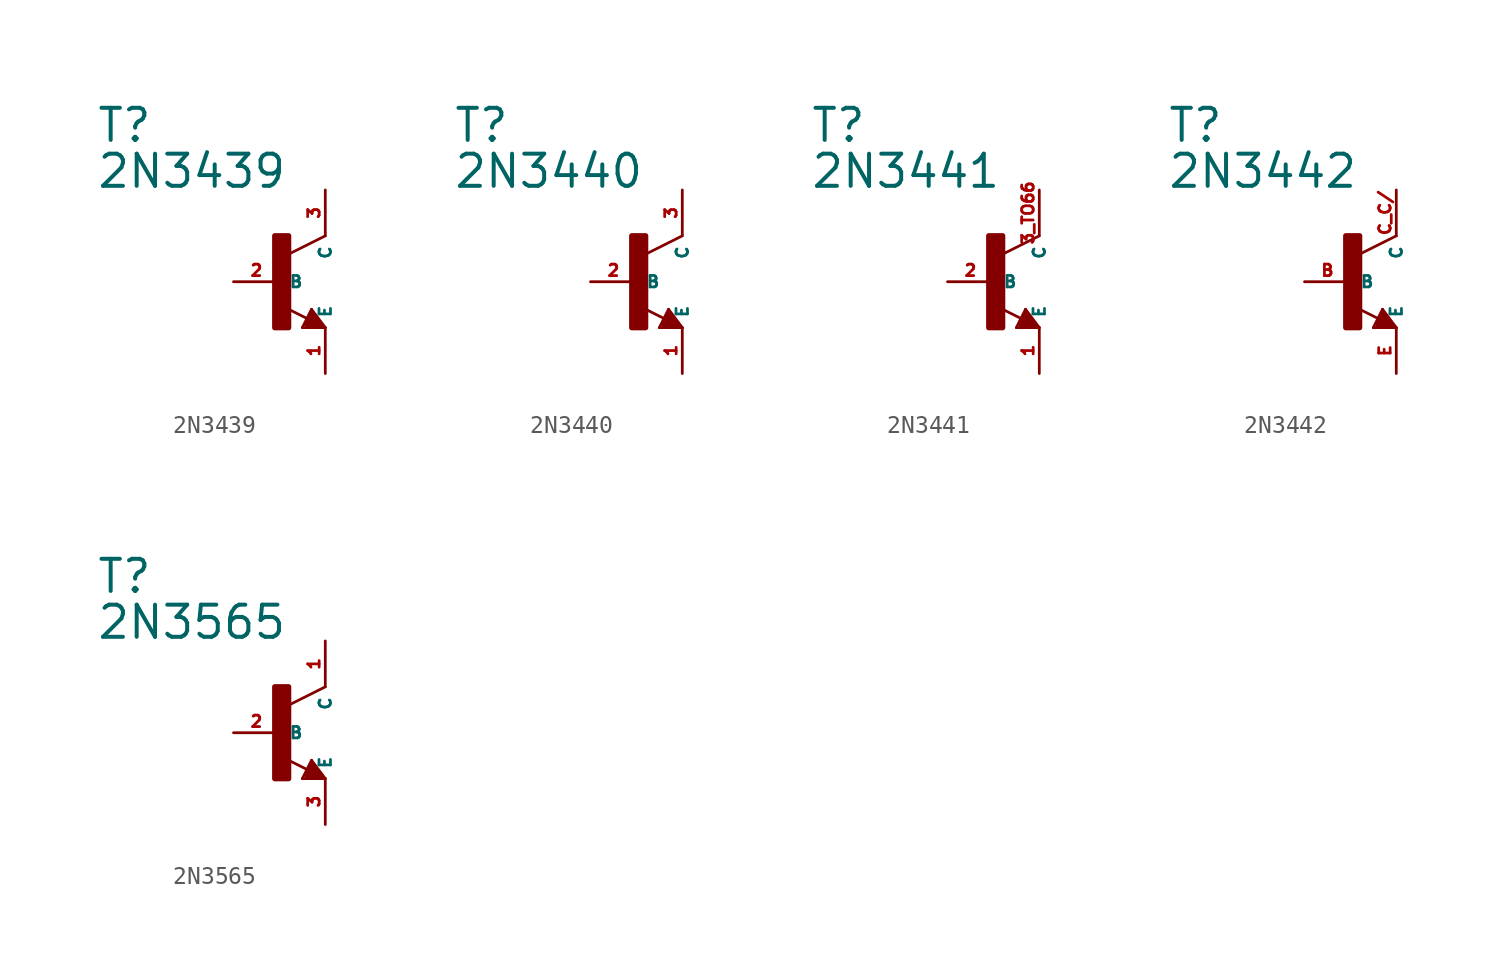
<source format=kicad_sym>
(kicad_symbol_lib
  (version 20220914)
  (generator Eagle2Kicad)
  (symbol "2N3439"
    (property "Reference" "T"
      (at -10.16 7.62 0)
      (effects (font (size 1.778 1.778) (thickness 0.22)) (justify left bottom)))
    (property "Value" "2N3439"
      (at -10.16 5.08 0)
      (effects (font (size 1.778 1.778) (thickness 0.22)) (justify left bottom)))
    (polyline
      (pts (xy 2.54 2.54) (xy 0.508 1.524))
      (stroke (width 0.152) (type default))
      (fill (type none)))
    (polyline
      (pts (xy 1.778 -1.524) (xy 2.54 -2.54))
      (stroke (width 0.152) (type default))
      (fill (type none)))
    (polyline
      (pts (xy 2.54 -2.54) (xy 1.27 -2.54))
      (stroke (width 0.152) (type default))
      (fill (type none)))
    (polyline
      (pts (xy 1.27 -2.54) (xy 1.778 -1.524))
      (stroke (width 0.152) (type default))
      (fill (type none)))
    (polyline
      (pts (xy 1.54 -2.04) (xy 0.308 -1.424))
      (stroke (width 0.152) (type default))
      (fill (type none)))
    (polyline
      (pts (xy 1.524 -2.413) (xy 2.286 -2.413))
      (stroke (width 0.254) (type default))
      (fill (type none)))
    (polyline
      (pts (xy 2.286 -2.413) (xy 1.778 -1.778))
      (stroke (width 0.254) (type default))
      (fill (type none)))
    (polyline
      (pts (xy 1.778 -1.778) (xy 1.524 -2.286))
      (stroke (width 0.254) (type default))
      (fill (type none)))
    (polyline
      (pts (xy 1.524 -2.286) (xy 1.905 -2.286))
      (stroke (width 0.254) (type default))
      (fill (type none)))
    (polyline
      (pts (xy 1.905 -2.286) (xy 1.778 -2.032))
      (stroke (width 0.254) (type default))
      (fill (type none)))
    (rectangle
      (start -0.254 -2.54)
      (end 0.508 2.54)
      (stroke (width 0.3) (type default))
      (fill (type outline)))
    (pin passive line
      (at -2.54 0 0)
      (length 2.54)
      (name "B" (effects (font (size 0.635 0.635) (thickness 0.08)) (justify left bottom)))
      (number "2" (effects (font (size 0.635 0.635) (thickness 0.08)) (justify left bottom))))
    (pin passive line
      (at 2.54 -5.08 90)
      (length 2.54)
      (name "E" (effects (font (size 0.635 0.635) (thickness 0.08)) (justify left bottom)))
      (number "1" (effects (font (size 0.635 0.635) (thickness 0.08)) (justify left bottom))))
    (pin passive line
      (at 2.54 5.08 270)
      (length 2.54)
      (name "C" (effects (font (size 0.635 0.635) (thickness 0.08)) (justify left bottom)))
      (number "3" (effects (font (size 0.635 0.635) (thickness 0.08)) (justify left bottom)))))
  (symbol "2N3440"
    (property "Reference" "T"
      (at -10.16 7.62 0)
      (effects (font (size 1.778 1.778) (thickness 0.22)) (justify left bottom)))
    (property "Value" "2N3440"
      (at -10.16 5.08 0)
      (effects (font (size 1.778 1.778) (thickness 0.22)) (justify left bottom)))
    (polyline
      (pts (xy 2.54 2.54) (xy 0.508 1.524))
      (stroke (width 0.152) (type default))
      (fill (type none)))
    (polyline
      (pts (xy 1.778 -1.524) (xy 2.54 -2.54))
      (stroke (width 0.152) (type default))
      (fill (type none)))
    (polyline
      (pts (xy 2.54 -2.54) (xy 1.27 -2.54))
      (stroke (width 0.152) (type default))
      (fill (type none)))
    (polyline
      (pts (xy 1.27 -2.54) (xy 1.778 -1.524))
      (stroke (width 0.152) (type default))
      (fill (type none)))
    (polyline
      (pts (xy 1.54 -2.04) (xy 0.308 -1.424))
      (stroke (width 0.152) (type default))
      (fill (type none)))
    (polyline
      (pts (xy 1.524 -2.413) (xy 2.286 -2.413))
      (stroke (width 0.254) (type default))
      (fill (type none)))
    (polyline
      (pts (xy 2.286 -2.413) (xy 1.778 -1.778))
      (stroke (width 0.254) (type default))
      (fill (type none)))
    (polyline
      (pts (xy 1.778 -1.778) (xy 1.524 -2.286))
      (stroke (width 0.254) (type default))
      (fill (type none)))
    (polyline
      (pts (xy 1.524 -2.286) (xy 1.905 -2.286))
      (stroke (width 0.254) (type default))
      (fill (type none)))
    (polyline
      (pts (xy 1.905 -2.286) (xy 1.778 -2.032))
      (stroke (width 0.254) (type default))
      (fill (type none)))
    (rectangle
      (start -0.254 -2.54)
      (end 0.508 2.54)
      (stroke (width 0.3) (type default))
      (fill (type outline)))
    (pin passive line
      (at -2.54 0 0)
      (length 2.54)
      (name "B" (effects (font (size 0.635 0.635) (thickness 0.08)) (justify left bottom)))
      (number "2" (effects (font (size 0.635 0.635) (thickness 0.08)) (justify left bottom))))
    (pin passive line
      (at 2.54 -5.08 90)
      (length 2.54)
      (name "E" (effects (font (size 0.635 0.635) (thickness 0.08)) (justify left bottom)))
      (number "1" (effects (font (size 0.635 0.635) (thickness 0.08)) (justify left bottom))))
    (pin passive line
      (at 2.54 5.08 270)
      (length 2.54)
      (name "C" (effects (font (size 0.635 0.635) (thickness 0.08)) (justify left bottom)))
      (number "3" (effects (font (size 0.635 0.635) (thickness 0.08)) (justify left bottom)))))
  (symbol "2N3441"
    (property "Reference" "T"
      (at -10.16 7.62 0)
      (effects (font (size 1.778 1.778) (thickness 0.22)) (justify left bottom)))
    (property "Value" "2N3441"
      (at -10.16 5.08 0)
      (effects (font (size 1.778 1.778) (thickness 0.22)) (justify left bottom)))
    (polyline
      (pts (xy 2.54 2.54) (xy 0.508 1.524))
      (stroke (width 0.152) (type default))
      (fill (type none)))
    (polyline
      (pts (xy 1.778 -1.524) (xy 2.54 -2.54))
      (stroke (width 0.152) (type default))
      (fill (type none)))
    (polyline
      (pts (xy 2.54 -2.54) (xy 1.27 -2.54))
      (stroke (width 0.152) (type default))
      (fill (type none)))
    (polyline
      (pts (xy 1.27 -2.54) (xy 1.778 -1.524))
      (stroke (width 0.152) (type default))
      (fill (type none)))
    (polyline
      (pts (xy 1.54 -2.04) (xy 0.308 -1.424))
      (stroke (width 0.152) (type default))
      (fill (type none)))
    (polyline
      (pts (xy 1.524 -2.413) (xy 2.286 -2.413))
      (stroke (width 0.254) (type default))
      (fill (type none)))
    (polyline
      (pts (xy 2.286 -2.413) (xy 1.778 -1.778))
      (stroke (width 0.254) (type default))
      (fill (type none)))
    (polyline
      (pts (xy 1.778 -1.778) (xy 1.524 -2.286))
      (stroke (width 0.254) (type default))
      (fill (type none)))
    (polyline
      (pts (xy 1.524 -2.286) (xy 1.905 -2.286))
      (stroke (width 0.254) (type default))
      (fill (type none)))
    (polyline
      (pts (xy 1.905 -2.286) (xy 1.778 -2.032))
      (stroke (width 0.254) (type default))
      (fill (type none)))
    (rectangle
      (start -0.254 -2.54)
      (end 0.508 2.54)
      (stroke (width 0.3) (type default))
      (fill (type outline)))
    (pin passive line
      (at -2.54 0 0)
      (length 2.54)
      (name "B" (effects (font (size 0.635 0.635) (thickness 0.08)) (justify left bottom)))
      (number "2" (effects (font (size 0.635 0.635) (thickness 0.08)) (justify left bottom))))
    (pin passive line
      (at 2.54 -5.08 90)
      (length 2.54)
      (name "E" (effects (font (size 0.635 0.635) (thickness 0.08)) (justify left bottom)))
      (number "1" (effects (font (size 0.635 0.635) (thickness 0.08)) (justify left bottom))))
    (pin passive line
      (at 2.54 5.08 270)
      (length 2.54)
      (name "C" (effects (font (size 0.635 0.635) (thickness 0.08)) (justify left bottom)))
      (number "3 TO66" (effects (font (size 0.635 0.635) (thickness 0.08)) (justify left bottom)))))
  (symbol "2N3442"
    (property "Reference" "T"
      (at -10.16 7.62 0)
      (effects (font (size 1.778 1.778) (thickness 0.22)) (justify left bottom)))
    (property "Value" "2N3442"
      (at -10.16 5.08 0)
      (effects (font (size 1.778 1.778) (thickness 0.22)) (justify left bottom)))
    (polyline
      (pts (xy 2.54 2.54) (xy 0.508 1.524))
      (stroke (width 0.152) (type default))
      (fill (type none)))
    (polyline
      (pts (xy 1.778 -1.524) (xy 2.54 -2.54))
      (stroke (width 0.152) (type default))
      (fill (type none)))
    (polyline
      (pts (xy 2.54 -2.54) (xy 1.27 -2.54))
      (stroke (width 0.152) (type default))
      (fill (type none)))
    (polyline
      (pts (xy 1.27 -2.54) (xy 1.778 -1.524))
      (stroke (width 0.152) (type default))
      (fill (type none)))
    (polyline
      (pts (xy 1.54 -2.04) (xy 0.308 -1.424))
      (stroke (width 0.152) (type default))
      (fill (type none)))
    (polyline
      (pts (xy 1.524 -2.413) (xy 2.286 -2.413))
      (stroke (width 0.254) (type default))
      (fill (type none)))
    (polyline
      (pts (xy 2.286 -2.413) (xy 1.778 -1.778))
      (stroke (width 0.254) (type default))
      (fill (type none)))
    (polyline
      (pts (xy 1.778 -1.778) (xy 1.524 -2.286))
      (stroke (width 0.254) (type default))
      (fill (type none)))
    (polyline
      (pts (xy 1.524 -2.286) (xy 1.905 -2.286))
      (stroke (width 0.254) (type default))
      (fill (type none)))
    (polyline
      (pts (xy 1.905 -2.286) (xy 1.778 -2.032))
      (stroke (width 0.254) (type default))
      (fill (type none)))
    (rectangle
      (start -0.254 -2.54)
      (end 0.508 2.54)
      (stroke (width 0.3) (type default))
      (fill (type outline)))
    (pin passive line
      (at -2.54 0 0)
      (length 2.54)
      (name "B" (effects (font (size 0.635 0.635) (thickness 0.08)) (justify left bottom)))
      (number "B" (effects (font (size 0.635 0.635) (thickness 0.08)) (justify left bottom))))
    (pin passive line
      (at 2.54 -5.08 90)
      (length 2.54)
      (name "E" (effects (font (size 0.635 0.635) (thickness 0.08)) (justify left bottom)))
      (number "E" (effects (font (size 0.635 0.635) (thickness 0.08)) (justify left bottom))))
    (pin passive line
      (at 2.54 5.08 270)
      (length 2.54)
      (name "C" (effects (font (size 0.635 0.635) (thickness 0.08)) (justify left bottom)))
      (number "C C/" (effects (font (size 0.635 0.635) (thickness 0.08)) (justify left bottom)))))
  (symbol "2N3565"
    (property "Reference" "T"
      (at -10.16 7.62 0)
      (effects (font (size 1.778 1.778) (thickness 0.22)) (justify left bottom)))
    (property "Value" "2N3565"
      (at -10.16 5.08 0)
      (effects (font (size 1.778 1.778) (thickness 0.22)) (justify left bottom)))
    (polyline
      (pts (xy 2.54 2.54) (xy 0.508 1.524))
      (stroke (width 0.152) (type default))
      (fill (type none)))
    (polyline
      (pts (xy 1.778 -1.524) (xy 2.54 -2.54))
      (stroke (width 0.152) (type default))
      (fill (type none)))
    (polyline
      (pts (xy 2.54 -2.54) (xy 1.27 -2.54))
      (stroke (width 0.152) (type default))
      (fill (type none)))
    (polyline
      (pts (xy 1.27 -2.54) (xy 1.778 -1.524))
      (stroke (width 0.152) (type default))
      (fill (type none)))
    (polyline
      (pts (xy 1.54 -2.04) (xy 0.308 -1.424))
      (stroke (width 0.152) (type default))
      (fill (type none)))
    (polyline
      (pts (xy 1.524 -2.413) (xy 2.286 -2.413))
      (stroke (width 0.254) (type default))
      (fill (type none)))
    (polyline
      (pts (xy 2.286 -2.413) (xy 1.778 -1.778))
      (stroke (width 0.254) (type default))
      (fill (type none)))
    (polyline
      (pts (xy 1.778 -1.778) (xy 1.524 -2.286))
      (stroke (width 0.254) (type default))
      (fill (type none)))
    (polyline
      (pts (xy 1.524 -2.286) (xy 1.905 -2.286))
      (stroke (width 0.254) (type default))
      (fill (type none)))
    (polyline
      (pts (xy 1.905 -2.286) (xy 1.778 -2.032))
      (stroke (width 0.254) (type default))
      (fill (type none)))
    (rectangle
      (start -0.254 -2.54)
      (end 0.508 2.54)
      (stroke (width 0.3) (type default))
      (fill (type outline)))
    (pin passive line
      (at -2.54 0 0)
      (length 2.54)
      (name "B" (effects (font (size 0.635 0.635) (thickness 0.08)) (justify left bottom)))
      (number "2" (effects (font (size 0.635 0.635) (thickness 0.08)) (justify left bottom))))
    (pin passive line
      (at 2.54 -5.08 90)
      (length 2.54)
      (name "E" (effects (font (size 0.635 0.635) (thickness 0.08)) (justify left bottom)))
      (number "3" (effects (font (size 0.635 0.635) (thickness 0.08)) (justify left bottom))))
    (pin passive line
      (at 2.54 5.08 270)
      (length 2.54)
      (name "C" (effects (font (size 0.635 0.635) (thickness 0.08)) (justify left bottom)))
      (number "1" (effects (font (size 0.635 0.635) (thickness 0.08)) (justify left bottom))))))
</source>
